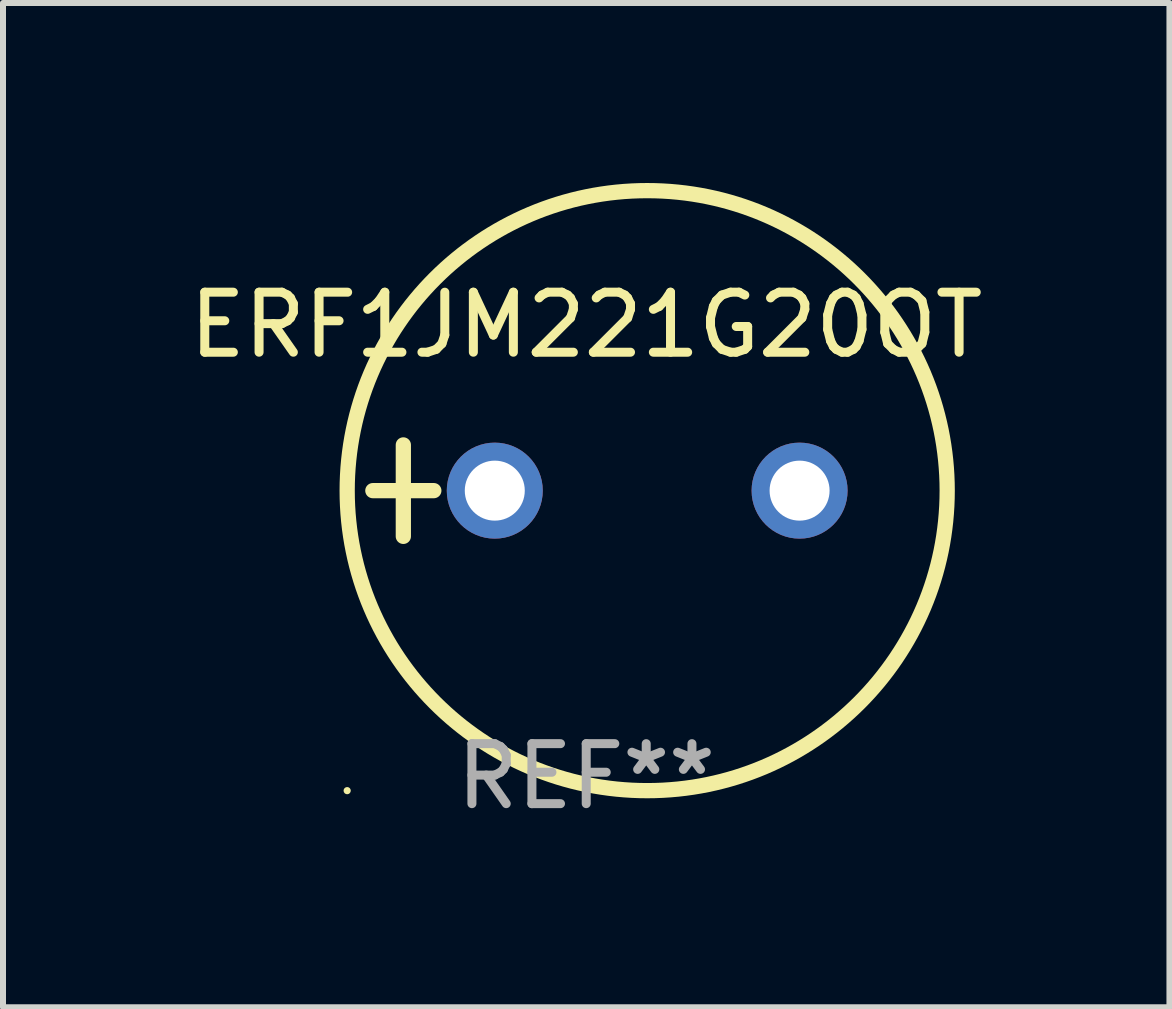
<source format=kicad_pcb>
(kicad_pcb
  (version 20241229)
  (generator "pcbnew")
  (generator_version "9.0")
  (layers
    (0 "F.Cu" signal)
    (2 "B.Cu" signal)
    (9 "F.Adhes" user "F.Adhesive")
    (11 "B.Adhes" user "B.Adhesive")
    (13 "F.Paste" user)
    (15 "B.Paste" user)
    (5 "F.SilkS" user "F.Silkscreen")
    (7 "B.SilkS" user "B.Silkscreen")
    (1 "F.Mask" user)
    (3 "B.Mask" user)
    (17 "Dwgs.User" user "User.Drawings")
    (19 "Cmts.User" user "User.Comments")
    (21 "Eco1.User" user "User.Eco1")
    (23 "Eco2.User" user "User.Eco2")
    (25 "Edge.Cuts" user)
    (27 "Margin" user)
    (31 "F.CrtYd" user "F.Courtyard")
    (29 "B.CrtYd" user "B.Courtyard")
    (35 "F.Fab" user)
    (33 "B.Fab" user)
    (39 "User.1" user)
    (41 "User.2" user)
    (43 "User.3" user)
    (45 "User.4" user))
  (footprint "ERF1JM221G20OT"
    (layer "F.Cu")
    (at 6.72 5.127)
    (property "Reference" "ERF1JM221G20OT" (at 0 -2.762 0) (layer "F.SilkS") (effects (font (size 1 1) (thickness 0.15))))
    (attr through_hole)
    (fp_line (start -3.556 0) (end -2.54 0) (stroke (width 0.254) (type solid)) (layer "F.SilkS"))
    (fp_line (start -3.048 -0.762) (end -3.048 0.762) (stroke (width 0.254) (type solid)) (layer "F.SilkS"))
    (fp_circle (center -3.984 5) (end -3.954 5) (stroke (width 0.06) (type solid)) (fill no) (layer "F.SilkS"))
    (fp_circle (center 1.016 0) (end 6.016 0) (stroke (width 0.254) (type solid)) (fill no) (layer "F.SilkS"))
    (fp_text user "REF**" (at 0 4.762 0) (layer "F.Fab") (effects (font (size 1 1) (thickness 0.15))))
    (pad "1" thru_hole circle (at -1.524 0) (size 1.6 1.6) (drill 1) (layers "*.Cu" "*.Mask"))
    (pad "2" thru_hole circle (at 3.556 0) (size 1.6 1.6) (drill 1) (layers "*.Cu" "*.Mask")))
  (gr_rect
    (start -3 -3)
    (end 16.44 13.737)
    (stroke (width 0.1) (type default))
    (fill no)
    (layer "Edge.Cuts")))
</source>
